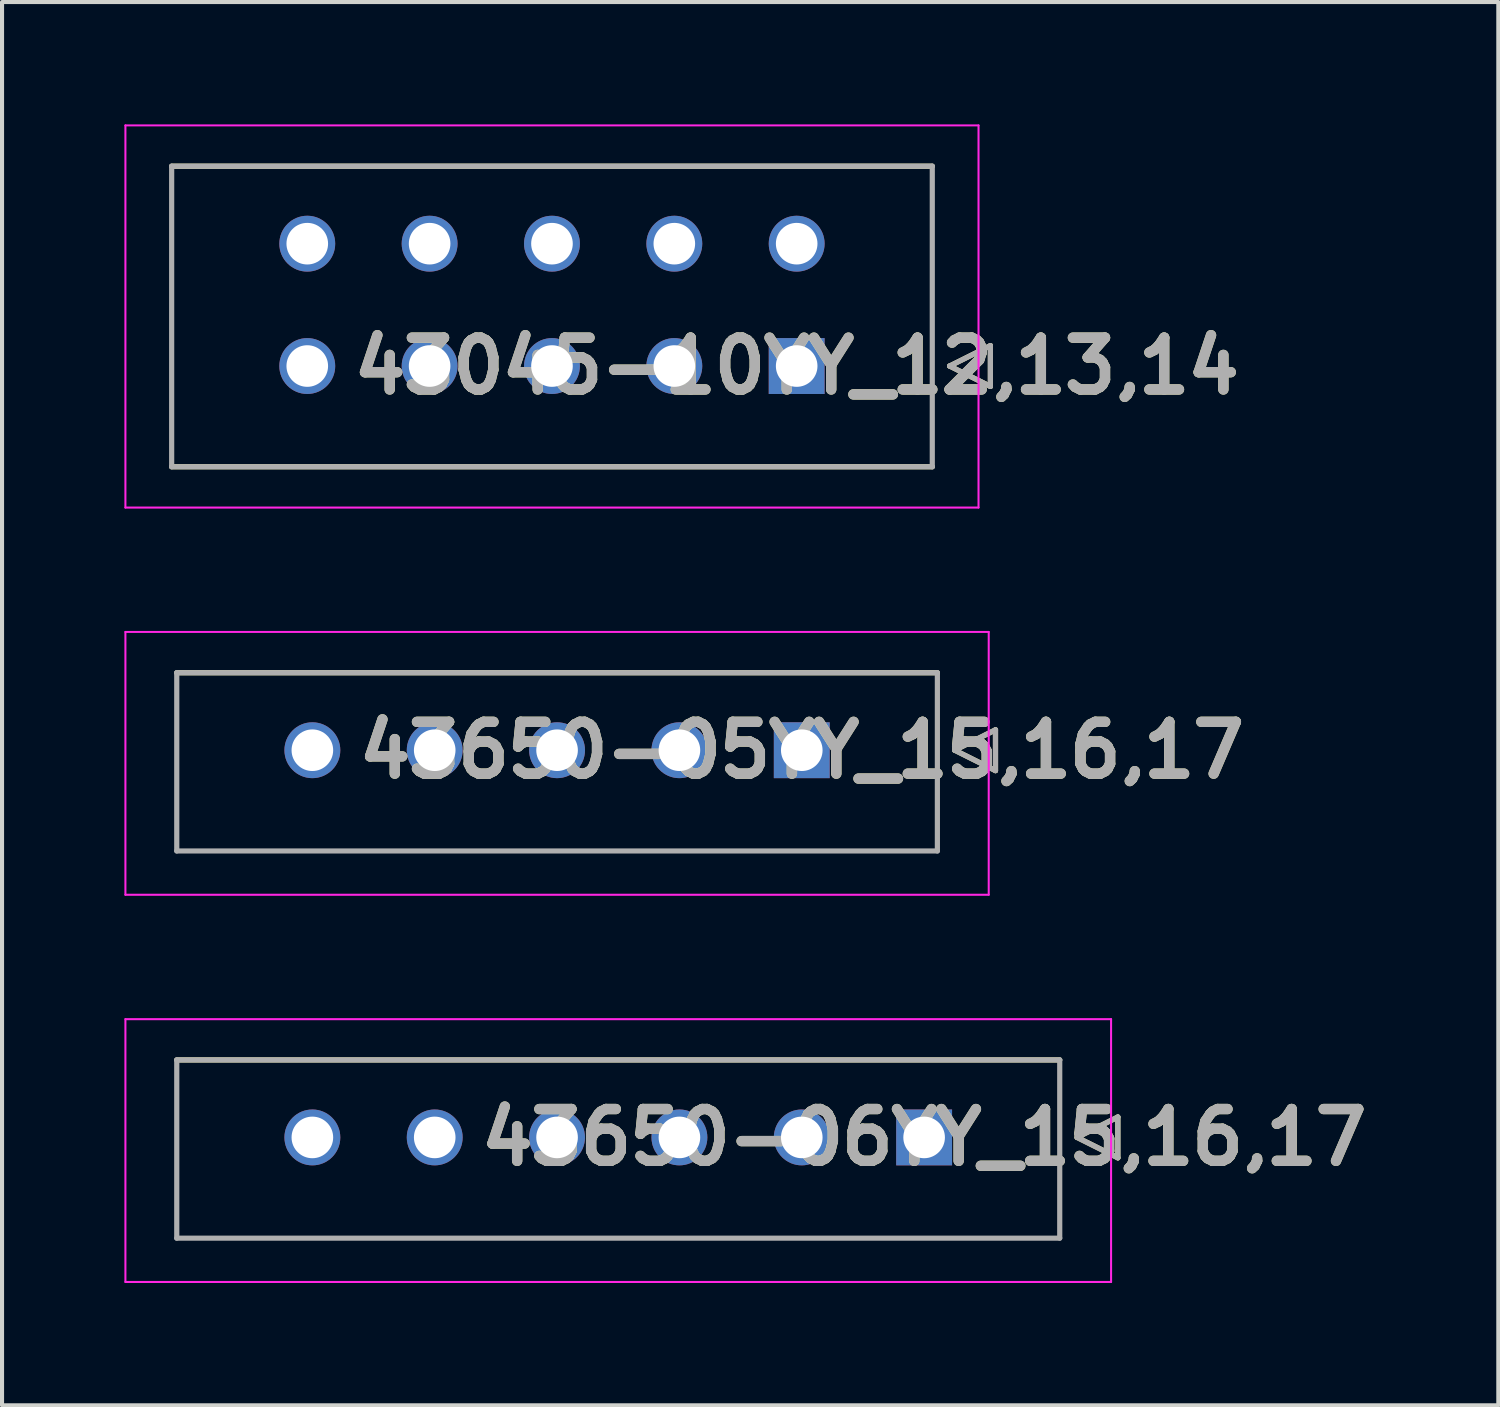
<source format=kicad_pcb>
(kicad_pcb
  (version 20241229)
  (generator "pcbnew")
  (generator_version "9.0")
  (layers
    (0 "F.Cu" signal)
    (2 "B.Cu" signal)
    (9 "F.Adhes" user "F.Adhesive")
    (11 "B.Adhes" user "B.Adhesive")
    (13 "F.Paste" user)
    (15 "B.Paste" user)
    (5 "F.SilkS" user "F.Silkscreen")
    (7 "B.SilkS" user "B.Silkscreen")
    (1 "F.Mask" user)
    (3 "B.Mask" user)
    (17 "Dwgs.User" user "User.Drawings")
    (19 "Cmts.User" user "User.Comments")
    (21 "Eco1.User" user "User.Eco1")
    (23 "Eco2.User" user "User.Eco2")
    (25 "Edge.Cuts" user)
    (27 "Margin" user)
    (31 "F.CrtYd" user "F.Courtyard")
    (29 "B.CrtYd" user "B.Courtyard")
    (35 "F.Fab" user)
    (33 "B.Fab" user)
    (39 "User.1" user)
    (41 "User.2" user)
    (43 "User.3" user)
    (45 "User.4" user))
  (footprint "43045-10YY_12,13,14"
    (layer "F.Cu")
    (at 16.484 5.925)
    (property "Reference" "43045-10YY_12,13,14" (at 0 0 0) (layer "F.SilkS") (effects (font (size 1.27 1.27) (thickness 0.254))))
    (attr through_hole)
    (fp_line (start -15.325 -4.9) (end 3.325 -4.9) (stroke (width 0.127) (type solid)) (layer "F.SilkS"))
    (fp_line (start 3.325 2.47) (end -15.325 2.47) (stroke (width 0.127) (type solid)) (layer "F.SilkS"))
    (fp_line (start 3.75 0) (end 4.75 -0.5) (stroke (width 0.127) (type solid)) (layer "F.SilkS"))
    (fp_line (start 4.75 -0.5) (end 4.75 0.5) (stroke (width 0.127) (type solid)) (layer "F.SilkS"))
    (fp_line (start 4.75 0.5) (end 3.75 0) (stroke (width 0.127) (type solid)) (layer "F.SilkS"))
    (fp_line (start -16.459 -5.9) (end 4.459 -5.9) (stroke (width 0.05) (type solid)) (layer "F.CrtYd"))
    (fp_line (start -16.459 3.47) (end -16.459 -5.9) (stroke (width 0.05) (type solid)) (layer "F.CrtYd"))
    (fp_line (start 4.459 -5.9) (end 4.459 3.47) (stroke (width 0.05) (type solid)) (layer "F.CrtYd"))
    (fp_line (start 4.459 3.47) (end -16.459 3.47) (stroke (width 0.05) (type solid)) (layer "F.CrtYd"))
    (fp_line (start -15.325 -4.9) (end 3.325 -4.9) (stroke (width 0.127) (type solid)) (layer "F.Fab"))
    (fp_line (start -15.325 2.47) (end -15.325 -4.9) (stroke (width 0.127) (type solid)) (layer "F.Fab"))
    (fp_line (start 3.325 -4.9) (end 3.325 2.47) (stroke (width 0.127) (type solid)) (layer "F.Fab"))
    (fp_line (start 3.325 2.47) (end -15.325 2.47) (stroke (width 0.127) (type solid)) (layer "F.Fab"))
    (fp_line (start 3.75 0) (end 4.75 -0.5) (stroke (width 0.127) (type solid)) (layer "F.Fab"))
    (fp_line (start 4.75 -0.5) (end 4.75 0.5) (stroke (width 0.127) (type solid)) (layer "F.Fab"))
    (fp_line (start 4.75 0.5) (end 3.75 0) (stroke (width 0.127) (type solid)) (layer "F.Fab"))
    (fp_text user "${REFERENCE}" (at 0 0 0) (layer "F.Fab") (effects (font (size 1.27 1.27) (thickness 0.254))))
    (pad "" np_thru_hole circle (at -15 -3.94) (size 0.001 0.001) (drill 1.02) (layers "*.Cu" "*.Mask"))
    (pad "" np_thru_hole circle (at 3 -3.94) (size 0.001 0.001) (drill 1.02) (layers "*.Cu" "*.Mask"))
    (pad "1" thru_hole rect (at 0 0) (size 1.37 1.37) (drill 1.02) (layers "*.Cu" "*.Mask"))
    (pad "2" thru_hole circle (at -3 0) (size 1.37 1.37) (drill 1.02) (layers "*.Cu" "*.Mask"))
    (pad "3" thru_hole circle (at -6 0) (size 1.37 1.37) (drill 1.02) (layers "*.Cu" "*.Mask"))
    (pad "4" thru_hole circle (at -9 0) (size 1.37 1.37) (drill 1.02) (layers "*.Cu" "*.Mask"))
    (pad "5" thru_hole circle (at -12 0) (size 1.37 1.37) (drill 1.02) (layers "*.Cu" "*.Mask"))
    (pad "6" thru_hole circle (at 0 -3) (size 1.37 1.37) (drill 1.02) (layers "*.Cu" "*.Mask"))
    (pad "7" thru_hole circle (at -3 -3) (size 1.37 1.37) (drill 1.02) (layers "*.Cu" "*.Mask"))
    (pad "8" thru_hole circle (at -6 -3) (size 1.37 1.37) (drill 1.02) (layers "*.Cu" "*.Mask"))
    (pad "9" thru_hole circle (at -9 -3) (size 1.37 1.37) (drill 1.02) (layers "*.Cu" "*.Mask"))
    (pad "10" thru_hole circle (at -12 -3) (size 1.37 1.37) (drill 1.02) (layers "*.Cu" "*.Mask")))
  (footprint "43650-05YY_15,16,17"
    (layer "F.Cu")
    (at 16.609 15.345)
    (property "Reference" "43650-05YY_15,16,17" (at 0 0 0) (layer "F.SilkS") (effects (font (size 1.27 1.27) (thickness 0.254))))
    (attr through_hole)
    (fp_line (start -15.325 -1.9) (end 3.325 -1.9) (stroke (width 0.127) (type solid)) (layer "F.SilkS"))
    (fp_line (start 3.75 0) (end 4.75 -0.5) (stroke (width 0.127) (type solid)) (layer "F.SilkS"))
    (fp_line (start 4.75 -0.5) (end 4.75 0.5) (stroke (width 0.127) (type solid)) (layer "F.SilkS"))
    (fp_line (start 4.75 0.5) (end 3.75 0) (stroke (width 0.127) (type solid)) (layer "F.SilkS"))
    (fp_line (start -16.584 -2.9) (end 4.584 -2.9) (stroke (width 0.05) (type solid)) (layer "F.CrtYd"))
    (fp_line (start -16.584 3.544) (end -16.584 -2.9) (stroke (width 0.05) (type solid)) (layer "F.CrtYd"))
    (fp_line (start 4.584 -2.9) (end 4.584 3.544) (stroke (width 0.05) (type solid)) (layer "F.CrtYd"))
    (fp_line (start 4.584 3.544) (end -16.584 3.544) (stroke (width 0.05) (type solid)) (layer "F.CrtYd"))
    (fp_line (start -15.325 -1.9) (end 3.325 -1.9) (stroke (width 0.127) (type solid)) (layer "F.Fab"))
    (fp_line (start -15.325 2.47) (end -15.325 -1.9) (stroke (width 0.127) (type solid)) (layer "F.Fab"))
    (fp_line (start 3.325 -1.9) (end 3.325 2.47) (stroke (width 0.127) (type solid)) (layer "F.Fab"))
    (fp_line (start 3.325 2.47) (end -15.325 2.47) (stroke (width 0.127) (type solid)) (layer "F.Fab"))
    (fp_line (start 3.75 0) (end 4.75 -0.5) (stroke (width 0.127) (type solid)) (layer "F.Fab"))
    (fp_line (start 4.75 -0.5) (end 4.75 0.5) (stroke (width 0.127) (type solid)) (layer "F.Fab"))
    (fp_line (start 4.75 0.5) (end 3.75 0) (stroke (width 0.127) (type solid)) (layer "F.Fab"))
    (fp_text user "${REFERENCE}" (at 0 0 0) (layer "F.Fab") (effects (font (size 1.27 1.27) (thickness 0.254))))
    (pad "" np_thru_hole circle (at -15 1.96) (size 0.001 0.001) (drill 1.27) (layers "*.Cu" "*.Mask"))
    (pad "" np_thru_hole circle (at 3 1.96) (size 0.001 0.001) (drill 1.27) (layers "*.Cu" "*.Mask"))
    (pad "1" thru_hole rect (at 0 0) (size 1.37 1.37) (drill 1.02) (layers "*.Cu" "*.Mask"))
    (pad "2" thru_hole circle (at -3 0) (size 1.37 1.37) (drill 1.02) (layers "*.Cu" "*.Mask"))
    (pad "3" thru_hole circle (at -6 0) (size 1.37 1.37) (drill 1.02) (layers "*.Cu" "*.Mask"))
    (pad "4" thru_hole circle (at -9 0) (size 1.37 1.37) (drill 1.02) (layers "*.Cu" "*.Mask"))
    (pad "5" thru_hole circle (at -12 0) (size 1.37 1.37) (drill 1.02) (layers "*.Cu" "*.Mask")))
  (footprint "43650-06YY_15,16,17"
    (layer "F.Cu")
    (at 19.609 24.839)
    (property "Reference" "43650-06YY_15,16,17" (at 0 0 0) (layer "F.SilkS") (effects (font (size 1.27 1.27) (thickness 0.254))))
    (attr through_hole)
    (fp_line (start -18.325 -1.9) (end 3.325 -1.9) (stroke (width 0.127) (type solid)) (layer "F.SilkS"))
    (fp_line (start 3.75 0) (end 4.75 -0.5) (stroke (width 0.127) (type solid)) (layer "F.SilkS"))
    (fp_line (start 4.75 -0.5) (end 4.75 0.5) (stroke (width 0.127) (type solid)) (layer "F.SilkS"))
    (fp_line (start 4.75 0.5) (end 3.75 0) (stroke (width 0.127) (type solid)) (layer "F.SilkS"))
    (fp_line (start -19.584 -2.9) (end 4.584 -2.9) (stroke (width 0.05) (type solid)) (layer "F.CrtYd"))
    (fp_line (start -19.584 3.544) (end -19.584 -2.9) (stroke (width 0.05) (type solid)) (layer "F.CrtYd"))
    (fp_line (start 4.584 -2.9) (end 4.584 3.544) (stroke (width 0.05) (type solid)) (layer "F.CrtYd"))
    (fp_line (start 4.584 3.544) (end -19.584 3.544) (stroke (width 0.05) (type solid)) (layer "F.CrtYd"))
    (fp_line (start -18.325 -1.9) (end 3.325 -1.9) (stroke (width 0.127) (type solid)) (layer "F.Fab"))
    (fp_line (start -18.325 2.47) (end -18.325 -1.9) (stroke (width 0.127) (type solid)) (layer "F.Fab"))
    (fp_line (start 3.325 -1.9) (end 3.325 2.47) (stroke (width 0.127) (type solid)) (layer "F.Fab"))
    (fp_line (start 3.325 2.47) (end -18.325 2.47) (stroke (width 0.127) (type solid)) (layer "F.Fab"))
    (fp_line (start 3.75 0) (end 4.75 -0.5) (stroke (width 0.127) (type solid)) (layer "F.Fab"))
    (fp_line (start 4.75 -0.5) (end 4.75 0.5) (stroke (width 0.127) (type solid)) (layer "F.Fab"))
    (fp_line (start 4.75 0.5) (end 3.75 0) (stroke (width 0.127) (type solid)) (layer "F.Fab"))
    (fp_text user "${REFERENCE}" (at 0 0 0) (layer "F.Fab") (effects (font (size 1.27 1.27) (thickness 0.254))))
    (pad "" np_thru_hole circle (at -18 1.96) (size 0.001 0.001) (drill 1.27) (layers "*.Cu" "*.Mask"))
    (pad "" np_thru_hole circle (at 3 1.96) (size 0.001 0.001) (drill 1.27) (layers "*.Cu" "*.Mask"))
    (pad "1" thru_hole rect (at 0 0) (size 1.37 1.37) (drill 1.02) (layers "*.Cu" "*.Mask"))
    (pad "2" thru_hole circle (at -3 0) (size 1.37 1.37) (drill 1.02) (layers "*.Cu" "*.Mask"))
    (pad "3" thru_hole circle (at -6 0) (size 1.37 1.37) (drill 1.02) (layers "*.Cu" "*.Mask"))
    (pad "4" thru_hole circle (at -9 0) (size 1.37 1.37) (drill 1.02) (layers "*.Cu" "*.Mask"))
    (pad "5" thru_hole circle (at -12 0) (size 1.37 1.37) (drill 1.02) (layers "*.Cu" "*.Mask"))
    (pad "6" thru_hole circle (at -15 0) (size 1.37 1.37) (drill 1.02) (layers "*.Cu" "*.Mask")))
  (gr_rect
    (start -3 -3)
    (end 33.688 31.408)
    (stroke (width 0.1) (type default))
    (fill no)
    (layer "Edge.Cuts")))
</source>
